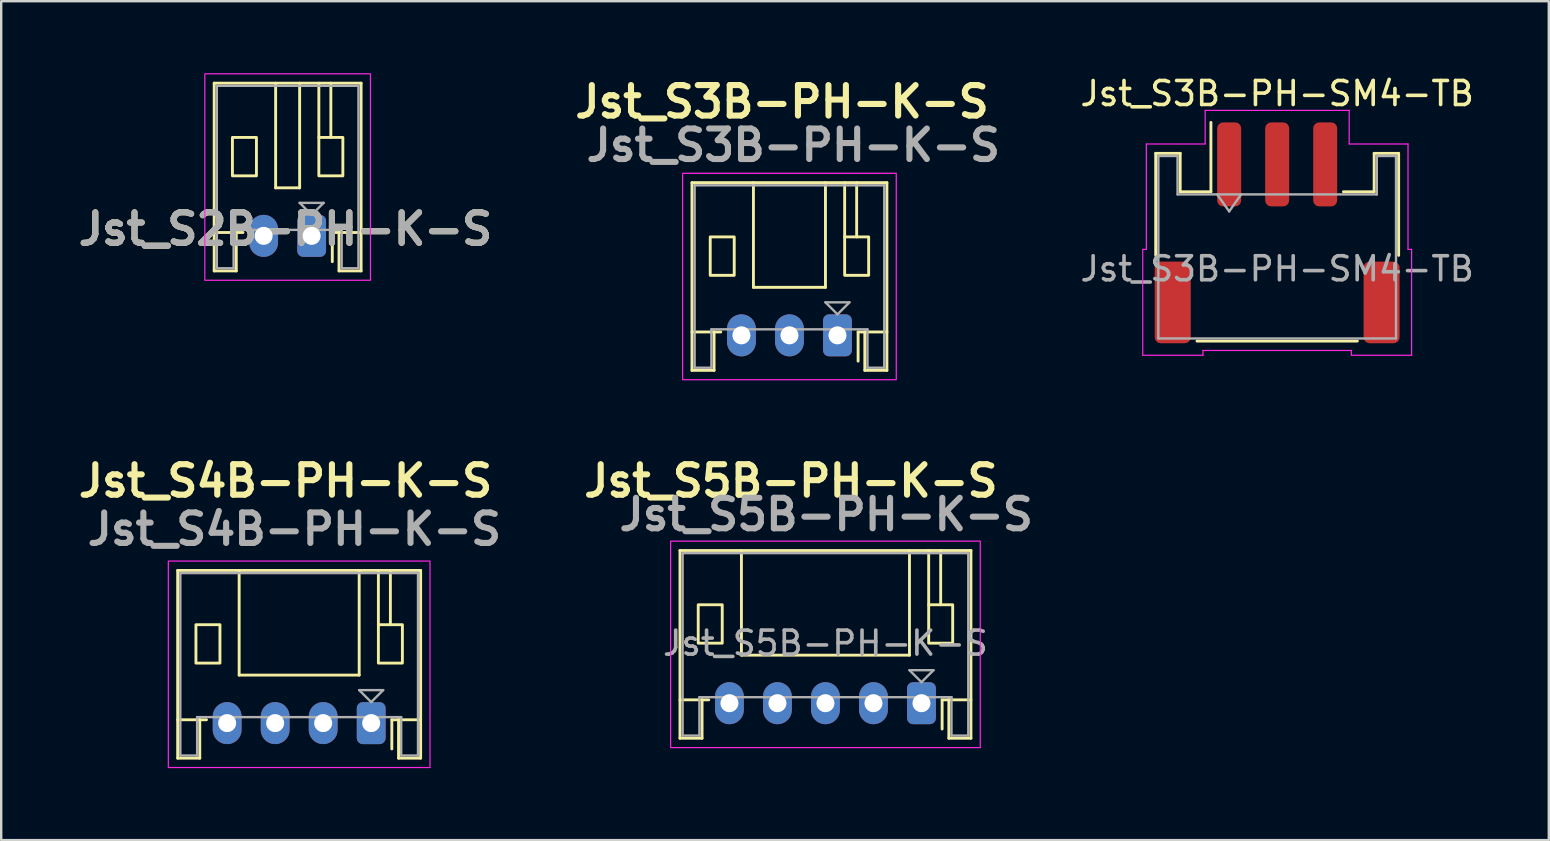
<source format=kicad_pcb>
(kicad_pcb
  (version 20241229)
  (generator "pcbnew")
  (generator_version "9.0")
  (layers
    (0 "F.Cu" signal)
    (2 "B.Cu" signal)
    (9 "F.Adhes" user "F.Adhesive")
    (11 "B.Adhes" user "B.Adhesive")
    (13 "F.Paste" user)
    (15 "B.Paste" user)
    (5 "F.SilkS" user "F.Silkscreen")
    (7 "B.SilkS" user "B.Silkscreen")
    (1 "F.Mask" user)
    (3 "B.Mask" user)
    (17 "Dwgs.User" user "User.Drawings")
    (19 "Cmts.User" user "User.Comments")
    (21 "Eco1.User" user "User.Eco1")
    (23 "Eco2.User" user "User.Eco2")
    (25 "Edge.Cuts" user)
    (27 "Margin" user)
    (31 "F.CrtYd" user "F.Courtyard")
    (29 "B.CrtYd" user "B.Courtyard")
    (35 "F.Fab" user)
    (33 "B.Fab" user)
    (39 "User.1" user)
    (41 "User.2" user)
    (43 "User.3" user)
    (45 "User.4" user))
  (footprint "Jst_S2B-PH-K-S"
    (layer "F.Cu")
    (at 9.932 6.775)
    (property "Reference" "Jst_S2B-PH-K-S" (at -1.09 -0.285 0) (layer "F.SilkS") (effects (font (size 1.27 1.27) (thickness 0.254))))
    (attr through_hole)
    (fp_line (start -4.06 -6.36) (end -4.06 1.46) (stroke (width 0.12) (type solid)) (layer "F.SilkS"))
    (fp_line (start -4.06 -0.14) (end -3.14 -0.14) (stroke (width 0.12) (type solid)) (layer "F.SilkS"))
    (fp_line (start -4.06 1.46) (end -3.14 1.46) (stroke (width 0.12) (type solid)) (layer "F.SilkS"))
    (fp_line (start -3.14 -0.14) (end -2.86 -0.14) (stroke (width 0.12) (type solid)) (layer "F.SilkS"))
    (fp_line (start -3.14 1.46) (end -3.14 -0.14) (stroke (width 0.12) (type solid)) (layer "F.SilkS"))
    (fp_line (start -1.5 -2) (end -1.5 -6.36) (stroke (width 0.12) (type solid)) (layer "F.SilkS"))
    (fp_line (start -0.5 -6.36) (end -0.5 -2) (stroke (width 0.12) (type solid)) (layer "F.SilkS"))
    (fp_line (start -0.5 -2) (end -1.5 -2) (stroke (width 0.12) (type solid)) (layer "F.SilkS"))
    (fp_line (start 0.3 -4.1) (end 0.3 -6.36) (stroke (width 0.12) (type solid)) (layer "F.SilkS"))
    (fp_line (start 0.8 -4.1) (end 0.8 -6.36) (stroke (width 0.12) (type solid)) (layer "F.SilkS"))
    (fp_line (start 0.86 -0.14) (end 0.86 1.075) (stroke (width 0.12) (type solid)) (layer "F.SilkS"))
    (fp_line (start 0.86 -0.14) (end 1.14 -0.14) (stroke (width 0.12) (type solid)) (layer "F.SilkS"))
    (fp_line (start 1.14 -0.14) (end 1.14 1.46) (stroke (width 0.12) (type solid)) (layer "F.SilkS"))
    (fp_line (start 1.14 1.46) (end 2.06 1.46) (stroke (width 0.12) (type solid)) (layer "F.SilkS"))
    (fp_line (start 2.06 -6.36) (end -4.06 -6.36) (stroke (width 0.12) (type solid)) (layer "F.SilkS"))
    (fp_line (start 2.06 -0.14) (end 1.14 -0.14) (stroke (width 0.12) (type solid)) (layer "F.SilkS"))
    (fp_line (start 2.06 1.46) (end 2.06 -6.36) (stroke (width 0.12) (type solid)) (layer "F.SilkS"))
    (fp_rect (start -3.3 -4.1) (end -2.3 -2.5) (stroke (width 0.12) (type solid)) (fill no) (layer "F.SilkS"))
    (fp_rect (start 0.3 -4.1) (end 1.3 -2.5) (stroke (width 0.12) (type solid)) (fill no) (layer "F.SilkS"))
    (fp_rect (start -4.45 -6.75) (end 2.45 1.85) (stroke (width 0.05) (type solid)) (fill no) (layer "F.CrtYd"))
    (fp_line (start -3.95 -6.25) (end -3.95 1.35) (stroke (width 0.1) (type solid)) (layer "F.Fab"))
    (fp_line (start -3.95 1.35) (end -3.25 1.35) (stroke (width 0.1) (type solid)) (layer "F.Fab"))
    (fp_line (start -3.25 -0.25) (end 1.25 -0.25) (stroke (width 0.1) (type solid)) (layer "F.Fab"))
    (fp_line (start -3.25 1.35) (end -3.25 -0.25) (stroke (width 0.1) (type solid)) (layer "F.Fab"))
    (fp_line (start -0.5 -1.375) (end 0 -0.875) (stroke (width 0.1) (type solid)) (layer "F.Fab"))
    (fp_line (start 0 -0.875) (end 0.5 -1.375) (stroke (width 0.1) (type solid)) (layer "F.Fab"))
    (fp_line (start 0.5 -1.375) (end -0.5 -1.375) (stroke (width 0.1) (type solid)) (layer "F.Fab"))
    (fp_line (start 1.25 -0.25) (end 1.25 1.35) (stroke (width 0.1) (type solid)) (layer "F.Fab"))
    (fp_line (start 1.25 1.35) (end 1.95 1.35) (stroke (width 0.1) (type solid)) (layer "F.Fab"))
    (fp_line (start 1.95 -6.25) (end -3.95 -6.25) (stroke (width 0.1) (type solid)) (layer "F.Fab"))
    (fp_line (start 1.95 1.35) (end 1.95 -6.25) (stroke (width 0.1) (type solid)) (layer "F.Fab"))
    (fp_text user "${REFERENCE}" (at -1.09 -0.285 0) (layer "F.Fab") (effects (font (size 1.27 1.27) (thickness 0.254))))
    (pad "1" thru_hole roundrect (at 0 0 180) (size 1.2 1.75) (drill 0.75) (layers "*.Cu" "*.Mask") (roundrect_rratio 0.208))
    (pad "2" thru_hole oval (at -2 0 180) (size 1.2 1.75) (drill 0.75) (layers "*.Cu" "*.Mask")))
  (footprint "Jst_S4B-PH-K-S"
    (layer "F.Cu")
    (at 12.412 27.072)
    (property "Reference" "Jst_S4B-PH-K-S" (at -3.57 -10.09 0) (layer "F.SilkS") (effects (font (size 1.27 1.27) (thickness 0.254))))
    (attr through_hole)
    (fp_line (start -8.06 -6.36) (end -8.06 1.46) (stroke (width 0.12) (type solid)) (layer "F.SilkS"))
    (fp_line (start -8.06 -0.14) (end -7.14 -0.14) (stroke (width 0.12) (type solid)) (layer "F.SilkS"))
    (fp_line (start -8.06 1.46) (end -7.14 1.46) (stroke (width 0.12) (type solid)) (layer "F.SilkS"))
    (fp_line (start -7.14 -0.14) (end -6.86 -0.14) (stroke (width 0.12) (type solid)) (layer "F.SilkS"))
    (fp_line (start -7.14 1.46) (end -7.14 -0.14) (stroke (width 0.12) (type solid)) (layer "F.SilkS"))
    (fp_line (start -5.5 -2) (end -5.5 -6.36) (stroke (width 0.12) (type solid)) (layer "F.SilkS"))
    (fp_line (start -0.5 -6.36) (end -0.5 -2) (stroke (width 0.12) (type solid)) (layer "F.SilkS"))
    (fp_line (start -0.5 -2) (end -5.5 -2) (stroke (width 0.12) (type solid)) (layer "F.SilkS"))
    (fp_line (start 0.3 -4.1) (end 0.3 -6.36) (stroke (width 0.12) (type solid)) (layer "F.SilkS"))
    (fp_line (start 0.8 -4.1) (end 0.8 -6.36) (stroke (width 0.12) (type solid)) (layer "F.SilkS"))
    (fp_line (start 0.86 -0.14) (end 0.86 1.075) (stroke (width 0.12) (type solid)) (layer "F.SilkS"))
    (fp_line (start 0.86 -0.14) (end 1.14 -0.14) (stroke (width 0.12) (type solid)) (layer "F.SilkS"))
    (fp_line (start 1.14 -0.14) (end 1.14 1.46) (stroke (width 0.12) (type solid)) (layer "F.SilkS"))
    (fp_line (start 1.14 1.46) (end 2.06 1.46) (stroke (width 0.12) (type solid)) (layer "F.SilkS"))
    (fp_line (start 2.06 -6.36) (end -8.06 -6.36) (stroke (width 0.12) (type solid)) (layer "F.SilkS"))
    (fp_line (start 2.06 -0.14) (end 1.14 -0.14) (stroke (width 0.12) (type solid)) (layer "F.SilkS"))
    (fp_line (start 2.06 1.46) (end 2.06 -6.36) (stroke (width 0.12) (type solid)) (layer "F.SilkS"))
    (fp_rect (start -7.3 -4.1) (end -6.3 -2.5) (stroke (width 0.12) (type solid)) (fill no) (layer "F.SilkS"))
    (fp_rect (start 0.3 -4.1) (end 1.3 -2.5) (stroke (width 0.12) (type solid)) (fill no) (layer "F.SilkS"))
    (fp_rect (start -8.45 -6.75) (end 2.45 1.85) (stroke (width 0.05) (type solid)) (fill no) (layer "F.CrtYd"))
    (fp_line (start -7.95 -6.25) (end -7.95 1.35) (stroke (width 0.1) (type solid)) (layer "F.Fab"))
    (fp_line (start -7.95 1.35) (end -7.25 1.35) (stroke (width 0.1) (type solid)) (layer "F.Fab"))
    (fp_line (start -7.25 -0.25) (end 1.25 -0.25) (stroke (width 0.1) (type solid)) (layer "F.Fab"))
    (fp_line (start -7.25 1.35) (end -7.25 -0.25) (stroke (width 0.1) (type solid)) (layer "F.Fab"))
    (fp_line (start -0.5 -1.375) (end 0 -0.875) (stroke (width 0.1) (type solid)) (layer "F.Fab"))
    (fp_line (start 0 -0.875) (end 0.5 -1.375) (stroke (width 0.1) (type solid)) (layer "F.Fab"))
    (fp_line (start 0.5 -1.375) (end -0.5 -1.375) (stroke (width 0.1) (type solid)) (layer "F.Fab"))
    (fp_line (start 1.25 -0.25) (end 1.25 1.35) (stroke (width 0.1) (type solid)) (layer "F.Fab"))
    (fp_line (start 1.25 1.35) (end 1.95 1.35) (stroke (width 0.1) (type solid)) (layer "F.Fab"))
    (fp_line (start 1.95 -6.25) (end -7.95 -6.25) (stroke (width 0.1) (type solid)) (layer "F.Fab"))
    (fp_line (start 1.95 1.35) (end 1.95 -6.25) (stroke (width 0.1) (type solid)) (layer "F.Fab"))
    (fp_text user "${REFERENCE}" (at -3.2 -8.08 0) (layer "F.Fab") (effects (font (size 1.27 1.27) (thickness 0.254))))
    (pad "1" thru_hole roundrect (at 0 0 180) (size 1.2 1.75) (drill 0.75) (layers "*.Cu" "*.Mask") (roundrect_rratio 0.208))
    (pad "2" thru_hole oval (at -2 0 180) (size 1.2 1.75) (drill 0.75) (layers "*.Cu" "*.Mask"))
    (pad "3" thru_hole oval (at -4 0 180) (size 1.2 1.75) (drill 0.75) (layers "*.Cu" "*.Mask"))
    (pad "4" thru_hole oval (at -6 0 180) (size 1.2 1.75) (drill 0.75) (layers "*.Cu" "*.Mask")))
  (footprint "Jst_S3B-PH-K-S"
    (layer "F.Cu")
    (at 31.835 10.919)
    (property "Reference" "Jst_S3B-PH-K-S" (at -2.31 -9.73 0) (layer "F.SilkS") (effects (font (size 1.27 1.27) (thickness 0.254))))
    (attr through_hole)
    (fp_line (start -6.06 -6.36) (end -6.06 1.46) (stroke (width 0.12) (type solid)) (layer "F.SilkS"))
    (fp_line (start -6.06 -0.14) (end -5.14 -0.14) (stroke (width 0.12) (type solid)) (layer "F.SilkS"))
    (fp_line (start -6.06 1.46) (end -5.14 1.46) (stroke (width 0.12) (type solid)) (layer "F.SilkS"))
    (fp_line (start -5.14 -0.14) (end -4.86 -0.14) (stroke (width 0.12) (type solid)) (layer "F.SilkS"))
    (fp_line (start -5.14 1.46) (end -5.14 -0.14) (stroke (width 0.12) (type solid)) (layer "F.SilkS"))
    (fp_line (start -3.5 -2) (end -3.5 -6.36) (stroke (width 0.12) (type solid)) (layer "F.SilkS"))
    (fp_line (start -0.5 -6.36) (end -0.5 -2) (stroke (width 0.12) (type solid)) (layer "F.SilkS"))
    (fp_line (start -0.5 -2) (end -3.5 -2) (stroke (width 0.12) (type solid)) (layer "F.SilkS"))
    (fp_line (start 0.3 -4.1) (end 0.3 -6.36) (stroke (width 0.12) (type solid)) (layer "F.SilkS"))
    (fp_line (start 0.8 -4.1) (end 0.8 -6.36) (stroke (width 0.12) (type solid)) (layer "F.SilkS"))
    (fp_line (start 0.86 -0.14) (end 0.86 1.075) (stroke (width 0.12) (type solid)) (layer "F.SilkS"))
    (fp_line (start 0.86 -0.14) (end 1.14 -0.14) (stroke (width 0.12) (type solid)) (layer "F.SilkS"))
    (fp_line (start 1.14 -0.14) (end 1.14 1.46) (stroke (width 0.12) (type solid)) (layer "F.SilkS"))
    (fp_line (start 1.14 1.46) (end 2.06 1.46) (stroke (width 0.12) (type solid)) (layer "F.SilkS"))
    (fp_line (start 2.06 -6.36) (end -6.06 -6.36) (stroke (width 0.12) (type solid)) (layer "F.SilkS"))
    (fp_line (start 2.06 -0.14) (end 1.14 -0.14) (stroke (width 0.12) (type solid)) (layer "F.SilkS"))
    (fp_line (start 2.06 1.46) (end 2.06 -6.36) (stroke (width 0.12) (type solid)) (layer "F.SilkS"))
    (fp_rect (start -5.3 -4.1) (end -4.3 -2.5) (stroke (width 0.12) (type solid)) (fill no) (layer "F.SilkS"))
    (fp_rect (start 0.3 -4.1) (end 1.3 -2.5) (stroke (width 0.12) (type solid)) (fill no) (layer "F.SilkS"))
    (fp_rect (start -6.45 -6.75) (end 2.45 1.85) (stroke (width 0.05) (type solid)) (fill no) (layer "F.CrtYd"))
    (fp_line (start -5.95 -6.25) (end -5.95 1.35) (stroke (width 0.1) (type solid)) (layer "F.Fab"))
    (fp_line (start -5.95 1.35) (end -5.25 1.35) (stroke (width 0.1) (type solid)) (layer "F.Fab"))
    (fp_line (start -5.25 -0.25) (end 1.25 -0.25) (stroke (width 0.1) (type solid)) (layer "F.Fab"))
    (fp_line (start -5.25 1.35) (end -5.25 -0.25) (stroke (width 0.1) (type solid)) (layer "F.Fab"))
    (fp_line (start -0.5 -1.375) (end 0 -0.875) (stroke (width 0.1) (type solid)) (layer "F.Fab"))
    (fp_line (start 0 -0.875) (end 0.5 -1.375) (stroke (width 0.1) (type solid)) (layer "F.Fab"))
    (fp_line (start 0.5 -1.375) (end -0.5 -1.375) (stroke (width 0.1) (type solid)) (layer "F.Fab"))
    (fp_line (start 1.25 -0.25) (end 1.25 1.35) (stroke (width 0.1) (type solid)) (layer "F.Fab"))
    (fp_line (start 1.25 1.35) (end 1.95 1.35) (stroke (width 0.1) (type solid)) (layer "F.Fab"))
    (fp_line (start 1.95 -6.25) (end -5.95 -6.25) (stroke (width 0.1) (type solid)) (layer "F.Fab"))
    (fp_line (start 1.95 1.35) (end 1.95 -6.25) (stroke (width 0.1) (type solid)) (layer "F.Fab"))
    (fp_text user "${REFERENCE}" (at -1.84 -7.92 0) (layer "F.Fab") (effects (font (size 1.27 1.27) (thickness 0.254))))
    (pad "1" thru_hole roundrect (at 0 0 180) (size 1.2 1.75) (drill 0.75) (layers "*.Cu" "*.Mask") (roundrect_rratio 0.208))
    (pad "2" thru_hole oval (at -2 0 180) (size 1.2 1.75) (drill 0.75) (layers "*.Cu" "*.Mask"))
    (pad "3" thru_hole oval (at -4 0 180) (size 1.2 1.75) (drill 0.75) (layers "*.Cu" "*.Mask")))
  (footprint "Jst_S3B-PH-SM4-TB"
    (layer "F.Cu")
    (at 50.152 6.648)
    (property "Reference" "Jst_S3B-PH-SM4-TB" (at 0 -5.8 0) (layer "F.SilkS") (effects (font (size 1 1) (thickness 0.15))))
    (attr smd)
    (fp_line (start -5.06 -3.31) (end -4.04 -3.31) (stroke (width 0.12) (type solid)) (layer "F.SilkS"))
    (fp_line (start -5.06 0.94) (end -5.06 -3.31) (stroke (width 0.12) (type solid)) (layer "F.SilkS"))
    (fp_line (start -4.04 -3.31) (end -4.04 -1.71) (stroke (width 0.12) (type solid)) (layer "F.SilkS"))
    (fp_line (start -4.04 -1.71) (end -2.76 -1.71) (stroke (width 0.12) (type solid)) (layer "F.SilkS"))
    (fp_line (start -3.34 4.51) (end 3.34 4.51) (stroke (width 0.12) (type solid)) (layer "F.SilkS"))
    (fp_line (start -2.76 -1.71) (end -2.76 -4.6) (stroke (width 0.12) (type solid)) (layer "F.SilkS"))
    (fp_line (start 4.04 -3.31) (end 4.04 -1.71) (stroke (width 0.12) (type solid)) (layer "F.SilkS"))
    (fp_line (start 4.04 -1.71) (end 2.76 -1.71) (stroke (width 0.12) (type solid)) (layer "F.SilkS"))
    (fp_line (start 5.06 -3.31) (end 4.04 -3.31) (stroke (width 0.12) (type solid)) (layer "F.SilkS"))
    (fp_line (start 5.06 0.94) (end 5.06 -3.31) (stroke (width 0.12) (type solid)) (layer "F.SilkS"))
    (fp_line (start -5.6 0.69) (end -5.45 0.69) (stroke (width 0.05) (type solid)) (layer "F.CrtYd"))
    (fp_line (start -5.6 5.1) (end -5.6 0.69) (stroke (width 0.05) (type solid)) (layer "F.CrtYd"))
    (fp_line (start -5.45 -3.7) (end -3 -3.7) (stroke (width 0.05) (type solid)) (layer "F.CrtYd"))
    (fp_line (start -5.45 0.69) (end -5.45 -3.7) (stroke (width 0.05) (type solid)) (layer "F.CrtYd"))
    (fp_line (start -3.09 4.9) (end -3.09 5.1) (stroke (width 0.05) (type solid)) (layer "F.CrtYd"))
    (fp_line (start -3.09 5.1) (end -5.6 5.1) (stroke (width 0.05) (type solid)) (layer "F.CrtYd"))
    (fp_line (start -3 -5.1) (end 3 -5.1) (stroke (width 0.05) (type solid)) (layer "F.CrtYd"))
    (fp_line (start -3 -3.7) (end -3 -5.1) (stroke (width 0.05) (type solid)) (layer "F.CrtYd"))
    (fp_line (start 3 -5.1) (end 3 -3.7) (stroke (width 0.05) (type solid)) (layer "F.CrtYd"))
    (fp_line (start 3 -3.7) (end 5.45 -3.7) (stroke (width 0.05) (type solid)) (layer "F.CrtYd"))
    (fp_line (start 3.09 4.9) (end -3.09 4.9) (stroke (width 0.05) (type solid)) (layer "F.CrtYd"))
    (fp_line (start 3.09 5.1) (end 3.09 4.9) (stroke (width 0.05) (type solid)) (layer "F.CrtYd"))
    (fp_line (start 5.45 -3.7) (end 5.45 0.69) (stroke (width 0.05) (type solid)) (layer "F.CrtYd"))
    (fp_line (start 5.45 0.69) (end 5.6 0.69) (stroke (width 0.05) (type solid)) (layer "F.CrtYd"))
    (fp_line (start 5.6 0.69) (end 5.6 5.1) (stroke (width 0.05) (type solid)) (layer "F.CrtYd"))
    (fp_line (start 5.6 5.1) (end 3.09 5.1) (stroke (width 0.05) (type solid)) (layer "F.CrtYd"))
    (fp_line (start -4.95 -3.2) (end -4.95 4.4) (stroke (width 0.1) (type solid)) (layer "F.Fab"))
    (fp_line (start -4.95 -3.2) (end -4.15 -3.2) (stroke (width 0.1) (type solid)) (layer "F.Fab"))
    (fp_line (start -4.95 4.4) (end 4.95 4.4) (stroke (width 0.1) (type solid)) (layer "F.Fab"))
    (fp_line (start -4.15 -3.2) (end -4.15 -1.6) (stroke (width 0.1) (type solid)) (layer "F.Fab"))
    (fp_line (start -4.15 -1.6) (end 4.15 -1.6) (stroke (width 0.1) (type solid)) (layer "F.Fab"))
    (fp_line (start -2.5 -1.6) (end -2 -0.893) (stroke (width 0.1) (type solid)) (layer "F.Fab"))
    (fp_line (start -2 -0.893) (end -1.5 -1.6) (stroke (width 0.1) (type solid)) (layer "F.Fab"))
    (fp_line (start 4.15 -3.2) (end 4.95 -3.2) (stroke (width 0.1) (type solid)) (layer "F.Fab"))
    (fp_line (start 4.15 -1.6) (end 4.15 -3.2) (stroke (width 0.1) (type solid)) (layer "F.Fab"))
    (fp_line (start 4.95 -3.2) (end 4.95 4.4) (stroke (width 0.1) (type solid)) (layer "F.Fab"))
    (fp_text user "${REFERENCE}" (at 0 1.5 0) (layer "F.Fab") (effects (font (size 1 1) (thickness 0.15))))
    (pad "1" smd roundrect (at -2 -2.85) (size 1 3.5) (layers "F.Cu" "F.Mask" "F.Paste") (roundrect_rratio 0.25))
    (pad "2" smd roundrect (at 0 -2.85) (size 1 3.5) (layers "F.Cu" "F.Mask" "F.Paste") (roundrect_rratio 0.25))
    (pad "3" smd roundrect (at 2 -2.85) (size 1 3.5) (layers "F.Cu" "F.Mask" "F.Paste") (roundrect_rratio 0.25))
    (pad "MP" smd roundrect (at -4.35 2.9) (size 1.5 3.4) (layers "F.Cu" "F.Mask" "F.Paste") (roundrect_rratio 0.167))
    (pad "MP" smd roundrect (at 4.35 2.9) (size 1.5 3.4) (layers "F.Cu" "F.Mask" "F.Paste") (roundrect_rratio 0.167)))
  (footprint "Jst_S5B-PH-K-S"
    (layer "F.Cu")
    (at 27.645 25.092)
    (property "Reference" "Jst_S5B-PH-K-S" (at 2.25 -8.11 0) (layer "F.SilkS") (effects (font (size 1.27 1.27) (thickness 0.254))))
    (attr through_hole)
    (fp_line (start -2.37 -5.21) (end -2.37 2.61) (stroke (width 0.12) (type solid)) (layer "F.SilkS"))
    (fp_line (start -2.37 1.01) (end -1.45 1.01) (stroke (width 0.12) (type solid)) (layer "F.SilkS"))
    (fp_line (start -2.37 2.61) (end -1.45 2.61) (stroke (width 0.12) (type solid)) (layer "F.SilkS"))
    (fp_line (start -1.45 1.01) (end -1.17 1.01) (stroke (width 0.12) (type solid)) (layer "F.SilkS"))
    (fp_line (start -1.45 2.61) (end -1.45 1.01) (stroke (width 0.12) (type solid)) (layer "F.SilkS"))
    (fp_line (start 0.19 -0.85) (end 0.19 -5.21) (stroke (width 0.12) (type solid)) (layer "F.SilkS"))
    (fp_line (start 7.19 -5.21) (end 7.19 -0.85) (stroke (width 0.12) (type solid)) (layer "F.SilkS"))
    (fp_line (start 7.19 -0.85) (end 0.19 -0.85) (stroke (width 0.12) (type solid)) (layer "F.SilkS"))
    (fp_line (start 7.99 -2.95) (end 7.99 -5.21) (stroke (width 0.12) (type solid)) (layer "F.SilkS"))
    (fp_line (start 8.49 -2.95) (end 8.49 -5.21) (stroke (width 0.12) (type solid)) (layer "F.SilkS"))
    (fp_line (start 8.55 1.01) (end 8.55 2.225) (stroke (width 0.12) (type solid)) (layer "F.SilkS"))
    (fp_line (start 8.55 1.01) (end 8.83 1.01) (stroke (width 0.12) (type solid)) (layer "F.SilkS"))
    (fp_line (start 8.83 1.01) (end 8.83 2.61) (stroke (width 0.12) (type solid)) (layer "F.SilkS"))
    (fp_line (start 8.83 2.61) (end 9.75 2.61) (stroke (width 0.12) (type solid)) (layer "F.SilkS"))
    (fp_line (start 9.75 -5.21) (end -2.37 -5.21) (stroke (width 0.12) (type solid)) (layer "F.SilkS"))
    (fp_line (start 9.75 1.01) (end 8.83 1.01) (stroke (width 0.12) (type solid)) (layer "F.SilkS"))
    (fp_line (start 9.75 2.61) (end 9.75 -5.21) (stroke (width 0.12) (type solid)) (layer "F.SilkS"))
    (fp_rect (start -1.61 -2.95) (end -0.61 -1.35) (stroke (width 0.12) (type solid)) (fill no) (layer "F.SilkS"))
    (fp_rect (start 7.99 -2.95) (end 8.99 -1.35) (stroke (width 0.12) (type solid)) (fill no) (layer "F.SilkS"))
    (fp_rect (start -2.76 -5.6) (end 10.14 3) (stroke (width 0.05) (type solid)) (fill no) (layer "F.CrtYd"))
    (fp_line (start -2.26 -5.1) (end -2.26 2.5) (stroke (width 0.1) (type solid)) (layer "F.Fab"))
    (fp_line (start -2.26 2.5) (end -1.56 2.5) (stroke (width 0.1) (type solid)) (layer "F.Fab"))
    (fp_line (start -1.56 0.9) (end 8.94 0.9) (stroke (width 0.1) (type solid)) (layer "F.Fab"))
    (fp_line (start -1.56 2.5) (end -1.56 0.9) (stroke (width 0.1) (type solid)) (layer "F.Fab"))
    (fp_line (start 7.19 -0.225) (end 7.69 0.275) (stroke (width 0.1) (type solid)) (layer "F.Fab"))
    (fp_line (start 7.69 0.275) (end 8.19 -0.225) (stroke (width 0.1) (type solid)) (layer "F.Fab"))
    (fp_line (start 8.19 -0.225) (end 7.19 -0.225) (stroke (width 0.1) (type solid)) (layer "F.Fab"))
    (fp_line (start 8.94 0.9) (end 8.94 2.5) (stroke (width 0.1) (type solid)) (layer "F.Fab"))
    (fp_line (start 8.94 2.5) (end 9.64 2.5) (stroke (width 0.1) (type solid)) (layer "F.Fab"))
    (fp_line (start 9.64 -5.1) (end -2.26 -5.1) (stroke (width 0.1) (type solid)) (layer "F.Fab"))
    (fp_line (start 9.64 2.5) (end 9.64 -5.1) (stroke (width 0.1) (type solid)) (layer "F.Fab"))
    (fp_text user "${REFERENCE}" (at 3.72 -6.71 0) (layer "F.Fab") (effects (font (size 1.27 1.27) (thickness 0.254))))
    (fp_text user "${REFERENCE}" (at 3.69 -1.35 180) (layer "F.Fab") (effects (font (size 1 1) (thickness 0.15))))
    (pad "1" thru_hole roundrect (at 7.69 1.15 180) (size 1.2 1.75) (drill 0.75) (layers "*.Cu" "*.Mask") (roundrect_rratio 0.208))
    (pad "2" thru_hole oval (at 5.69 1.15 180) (size 1.2 1.75) (drill 0.75) (layers "*.Cu" "*.Mask"))
    (pad "3" thru_hole oval (at 3.69 1.15 180) (size 1.2 1.75) (drill 0.75) (layers "*.Cu" "*.Mask"))
    (pad "4" thru_hole oval (at 1.69 1.15 180) (size 1.2 1.75) (drill 0.75) (layers "*.Cu" "*.Mask"))
    (pad "5" thru_hole oval (at -0.31 1.15 180) (size 1.2 1.75) (drill 0.75) (layers "*.Cu" "*.Mask")))
  (gr_rect
    (start -3 -3)
    (end 61.467 31.947)
    (stroke (width 0.1) (type default))
    (fill no)
    (layer "Edge.Cuts")))
</source>
